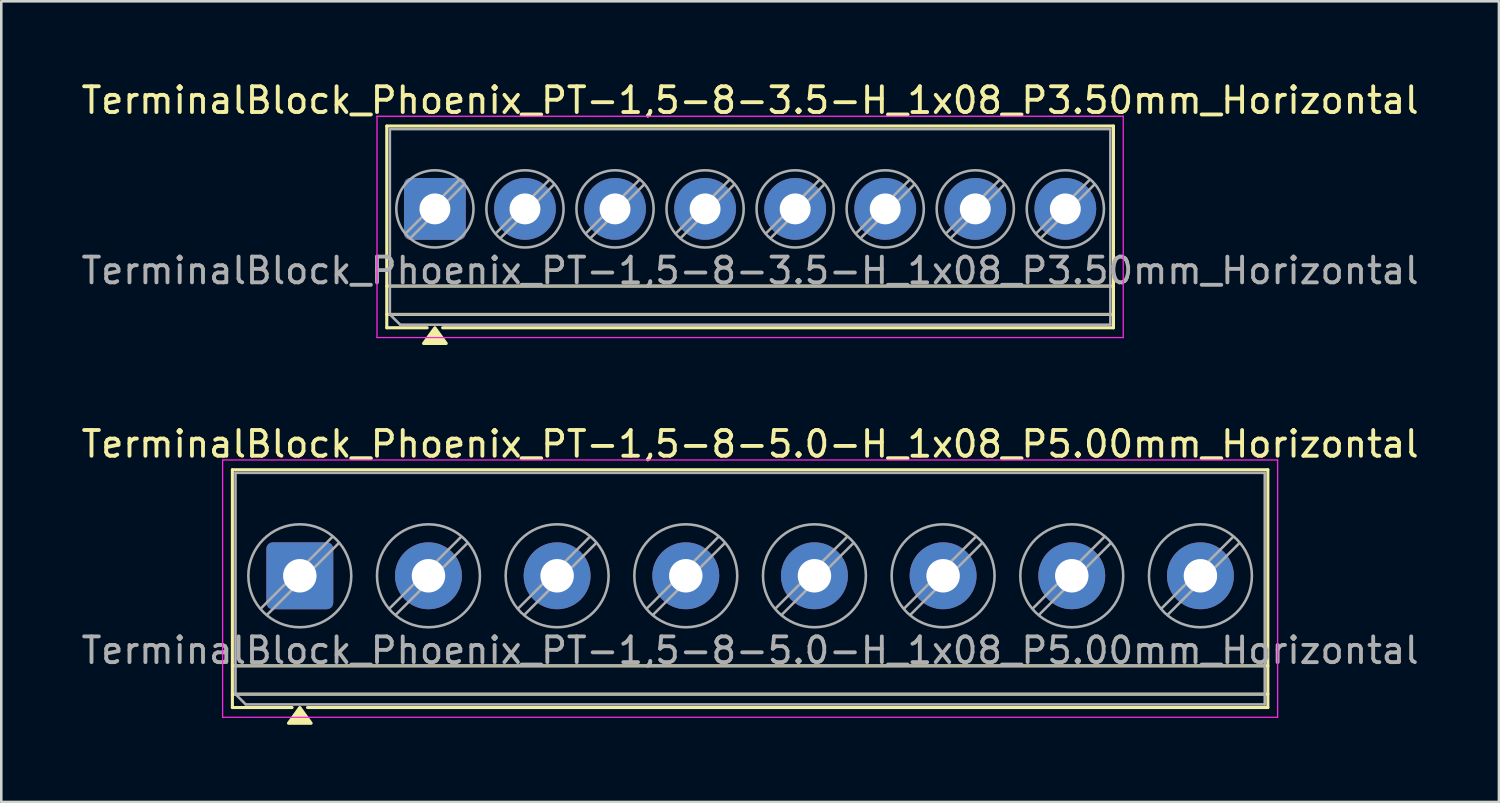
<source format=kicad_pcb>
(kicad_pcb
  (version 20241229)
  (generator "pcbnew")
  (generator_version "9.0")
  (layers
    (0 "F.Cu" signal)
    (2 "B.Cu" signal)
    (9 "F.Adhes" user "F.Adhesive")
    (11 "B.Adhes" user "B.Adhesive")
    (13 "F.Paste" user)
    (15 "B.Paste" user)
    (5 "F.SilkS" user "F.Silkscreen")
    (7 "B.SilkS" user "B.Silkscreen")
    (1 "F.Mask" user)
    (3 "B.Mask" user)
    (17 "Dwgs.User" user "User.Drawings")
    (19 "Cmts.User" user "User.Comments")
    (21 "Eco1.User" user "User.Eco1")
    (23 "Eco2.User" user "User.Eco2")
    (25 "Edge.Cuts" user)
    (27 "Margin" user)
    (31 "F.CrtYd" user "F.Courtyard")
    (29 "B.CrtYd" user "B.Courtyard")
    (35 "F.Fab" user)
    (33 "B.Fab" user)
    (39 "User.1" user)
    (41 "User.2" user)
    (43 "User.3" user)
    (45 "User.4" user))
  (footprint "TerminalBlock_Phoenix_PT-1,5-8-5.0-H_1x08_P5.00mm_Horizontal"
    (layer "F.Cu")
    (at 8.601 19.326)
    (property "Reference" "TerminalBlock_Phoenix_PT-1,5-8-5.0-H_1x08_P5.00mm_Horizontal" (at 17.5 -5.12 0) (layer "F.SilkS") (effects (font (size 1 1) (thickness 0.15))))
    (attr through_hole)
    (fp_line (start -2.62 -4.12) (end -2.62 5.12) (stroke (width 0.12) (type solid)) (layer "F.SilkS"))
    (fp_line (start -2.62 -4.12) (end 37.62 -4.12) (stroke (width 0.12) (type solid)) (layer "F.SilkS"))
    (fp_line (start -2.62 3.5) (end 37.62 3.5) (stroke (width 0.12) (type solid)) (layer "F.SilkS"))
    (fp_line (start -2.62 4.6) (end 37.62 4.6) (stroke (width 0.12) (type solid)) (layer "F.SilkS"))
    (fp_line (start -2.62 5.12) (end -0.3 5.12) (stroke (width 0.12) (type solid)) (layer "F.SilkS"))
    (fp_line (start 0.3 5.12) (end 37.62 5.12) (stroke (width 0.12) (type solid)) (layer "F.SilkS"))
    (fp_line (start 37.62 -4.12) (end 37.62 5.12) (stroke (width 0.12) (type solid)) (layer "F.SilkS"))
    (fp_poly (pts (xy 0 5.12) (xy 0.44 5.73) (xy -0.44 5.73)) (stroke (width 0.12) (type solid)) (fill yes) (layer "F.SilkS"))
    (fp_line (start -3 -4.5) (end -3 5.5) (stroke (width 0.05) (type solid)) (layer "F.CrtYd"))
    (fp_line (start -3 5.5) (end 38 5.5) (stroke (width 0.05) (type solid)) (layer "F.CrtYd"))
    (fp_line (start 38 -4.5) (end -3 -4.5) (stroke (width 0.05) (type solid)) (layer "F.CrtYd"))
    (fp_line (start 38 5.5) (end 38 -4.5) (stroke (width 0.05) (type solid)) (layer "F.CrtYd"))
    (fp_line (start -2.5 -4) (end 37.5 -4) (stroke (width 0.1) (type solid)) (layer "F.Fab"))
    (fp_line (start -2.5 3.5) (end 37.5 3.5) (stroke (width 0.1) (type solid)) (layer "F.Fab"))
    (fp_line (start -2.5 4.6) (end -2.5 -4) (stroke (width 0.1) (type solid)) (layer "F.Fab"))
    (fp_line (start -2.5 4.6) (end 37.5 4.6) (stroke (width 0.1) (type solid)) (layer "F.Fab"))
    (fp_line (start -2.1 5) (end -2.5 4.6) (stroke (width 0.1) (type solid)) (layer "F.Fab"))
    (fp_line (start 1.273 -1.517) (end -1.517 1.273) (stroke (width 0.1) (type solid)) (layer "F.Fab"))
    (fp_line (start 1.517 -1.273) (end -1.273 1.517) (stroke (width 0.1) (type solid)) (layer "F.Fab"))
    (fp_line (start 6.273 -1.517) (end 3.483 1.273) (stroke (width 0.1) (type solid)) (layer "F.Fab"))
    (fp_line (start 6.517 -1.273) (end 3.727 1.517) (stroke (width 0.1) (type solid)) (layer "F.Fab"))
    (fp_line (start 11.273 -1.517) (end 8.483 1.273) (stroke (width 0.1) (type solid)) (layer "F.Fab"))
    (fp_line (start 11.517 -1.273) (end 8.727 1.517) (stroke (width 0.1) (type solid)) (layer "F.Fab"))
    (fp_line (start 16.273 -1.517) (end 13.483 1.273) (stroke (width 0.1) (type solid)) (layer "F.Fab"))
    (fp_line (start 16.517 -1.273) (end 13.727 1.517) (stroke (width 0.1) (type solid)) (layer "F.Fab"))
    (fp_line (start 21.273 -1.517) (end 18.483 1.273) (stroke (width 0.1) (type solid)) (layer "F.Fab"))
    (fp_line (start 21.517 -1.273) (end 18.727 1.517) (stroke (width 0.1) (type solid)) (layer "F.Fab"))
    (fp_line (start 26.273 -1.517) (end 23.483 1.273) (stroke (width 0.1) (type solid)) (layer "F.Fab"))
    (fp_line (start 26.517 -1.273) (end 23.727 1.517) (stroke (width 0.1) (type solid)) (layer "F.Fab"))
    (fp_line (start 31.273 -1.517) (end 28.483 1.273) (stroke (width 0.1) (type solid)) (layer "F.Fab"))
    (fp_line (start 31.517 -1.273) (end 28.727 1.517) (stroke (width 0.1) (type solid)) (layer "F.Fab"))
    (fp_line (start 36.273 -1.517) (end 33.483 1.273) (stroke (width 0.1) (type solid)) (layer "F.Fab"))
    (fp_line (start 36.517 -1.273) (end 33.727 1.517) (stroke (width 0.1) (type solid)) (layer "F.Fab"))
    (fp_line (start 37.5 -4) (end 37.5 5) (stroke (width 0.1) (type solid)) (layer "F.Fab"))
    (fp_line (start 37.5 5) (end -2.1 5) (stroke (width 0.1) (type solid)) (layer "F.Fab"))
    (fp_circle (center 0 0) (end 2 0) (stroke (width 0.1) (type solid)) (fill no) (layer "F.Fab"))
    (fp_circle (center 5 0) (end 7 0) (stroke (width 0.1) (type solid)) (fill no) (layer "F.Fab"))
    (fp_circle (center 10 0) (end 12 0) (stroke (width 0.1) (type solid)) (fill no) (layer "F.Fab"))
    (fp_circle (center 15 0) (end 17 0) (stroke (width 0.1) (type solid)) (fill no) (layer "F.Fab"))
    (fp_circle (center 20 0) (end 22 0) (stroke (width 0.1) (type solid)) (fill no) (layer "F.Fab"))
    (fp_circle (center 25 0) (end 27 0) (stroke (width 0.1) (type solid)) (fill no) (layer "F.Fab"))
    (fp_circle (center 30 0) (end 32 0) (stroke (width 0.1) (type solid)) (fill no) (layer "F.Fab"))
    (fp_circle (center 35 0) (end 37 0) (stroke (width 0.1) (type solid)) (fill no) (layer "F.Fab"))
    (fp_text user "${REFERENCE}" (at 17.5 2.9 0) (layer "F.Fab") (effects (font (size 1 1) (thickness 0.15))))
    (pad "1" thru_hole roundrect (at 0 0) (size 2.6 2.6) (drill 1.3) (layers "*.Cu" "*.Mask") (roundrect_rratio 0.096))
    (pad "2" thru_hole circle (at 5 0) (size 2.6 2.6) (drill 1.3) (layers "*.Cu" "*.Mask"))
    (pad "3" thru_hole circle (at 10 0) (size 2.6 2.6) (drill 1.3) (layers "*.Cu" "*.Mask"))
    (pad "4" thru_hole circle (at 15 0) (size 2.6 2.6) (drill 1.3) (layers "*.Cu" "*.Mask"))
    (pad "5" thru_hole circle (at 20 0) (size 2.6 2.6) (drill 1.3) (layers "*.Cu" "*.Mask"))
    (pad "6" thru_hole circle (at 25 0) (size 2.6 2.6) (drill 1.3) (layers "*.Cu" "*.Mask"))
    (pad "7" thru_hole circle (at 30 0) (size 2.6 2.6) (drill 1.3) (layers "*.Cu" "*.Mask"))
    (pad "8" thru_hole circle (at 35 0) (size 2.6 2.6) (drill 1.3) (layers "*.Cu" "*.Mask")))
  (footprint "TerminalBlock_Phoenix_PT-1,5-8-3.5-H_1x08_P3.50mm_Horizontal"
    (layer "F.Cu")
    (at 13.851 5.068)
    (property "Reference" "TerminalBlock_Phoenix_PT-1,5-8-3.5-H_1x08_P3.50mm_Horizontal" (at 12.25 -4.22 0) (layer "F.SilkS") (effects (font (size 1 1) (thickness 0.15))))
    (attr through_hole)
    (fp_line (start -1.87 -3.22) (end -1.87 4.62) (stroke (width 0.12) (type solid)) (layer "F.SilkS"))
    (fp_line (start -1.87 -3.22) (end 26.37 -3.22) (stroke (width 0.12) (type solid)) (layer "F.SilkS"))
    (fp_line (start -1.87 3) (end 26.37 3) (stroke (width 0.12) (type solid)) (layer "F.SilkS"))
    (fp_line (start -1.87 4.1) (end 26.37 4.1) (stroke (width 0.12) (type solid)) (layer "F.SilkS"))
    (fp_line (start -1.87 4.62) (end -0.3 4.62) (stroke (width 0.12) (type solid)) (layer "F.SilkS"))
    (fp_line (start 0.3 4.62) (end 26.37 4.62) (stroke (width 0.12) (type solid)) (layer "F.SilkS"))
    (fp_line (start 26.37 -3.22) (end 26.37 4.62) (stroke (width 0.12) (type solid)) (layer "F.SilkS"))
    (fp_poly (pts (xy 0 4.62) (xy 0.44 5.23) (xy -0.44 5.23)) (stroke (width 0.12) (type solid)) (fill yes) (layer "F.SilkS"))
    (fp_line (start -2.25 -3.6) (end -2.25 5) (stroke (width 0.05) (type solid)) (layer "F.CrtYd"))
    (fp_line (start -2.25 5) (end 26.75 5) (stroke (width 0.05) (type solid)) (layer "F.CrtYd"))
    (fp_line (start 26.75 -3.6) (end -2.25 -3.6) (stroke (width 0.05) (type solid)) (layer "F.CrtYd"))
    (fp_line (start 26.75 5) (end 26.75 -3.6) (stroke (width 0.05) (type solid)) (layer "F.CrtYd"))
    (fp_line (start -1.75 -3.1) (end 26.25 -3.1) (stroke (width 0.1) (type solid)) (layer "F.Fab"))
    (fp_line (start -1.75 3) (end 26.25 3) (stroke (width 0.1) (type solid)) (layer "F.Fab"))
    (fp_line (start -1.75 4.1) (end -1.75 -3.1) (stroke (width 0.1) (type solid)) (layer "F.Fab"))
    (fp_line (start -1.75 4.1) (end 26.25 4.1) (stroke (width 0.1) (type solid)) (layer "F.Fab"))
    (fp_line (start -1.35 4.5) (end -1.75 4.1) (stroke (width 0.1) (type solid)) (layer "F.Fab"))
    (fp_line (start 0.955 -1.138) (end -1.138 0.955) (stroke (width 0.1) (type solid)) (layer "F.Fab"))
    (fp_line (start 1.138 -0.955) (end -0.955 1.138) (stroke (width 0.1) (type solid)) (layer "F.Fab"))
    (fp_line (start 4.455 -1.138) (end 2.362 0.955) (stroke (width 0.1) (type solid)) (layer "F.Fab"))
    (fp_line (start 4.638 -0.955) (end 2.545 1.138) (stroke (width 0.1) (type solid)) (layer "F.Fab"))
    (fp_line (start 7.955 -1.138) (end 5.862 0.955) (stroke (width 0.1) (type solid)) (layer "F.Fab"))
    (fp_line (start 8.138 -0.955) (end 6.045 1.138) (stroke (width 0.1) (type solid)) (layer "F.Fab"))
    (fp_line (start 11.455 -1.138) (end 9.362 0.955) (stroke (width 0.1) (type solid)) (layer "F.Fab"))
    (fp_line (start 11.638 -0.955) (end 9.545 1.138) (stroke (width 0.1) (type solid)) (layer "F.Fab"))
    (fp_line (start 14.955 -1.138) (end 12.862 0.955) (stroke (width 0.1) (type solid)) (layer "F.Fab"))
    (fp_line (start 15.138 -0.955) (end 13.045 1.138) (stroke (width 0.1) (type solid)) (layer "F.Fab"))
    (fp_line (start 18.455 -1.138) (end 16.362 0.955) (stroke (width 0.1) (type solid)) (layer "F.Fab"))
    (fp_line (start 18.638 -0.955) (end 16.545 1.138) (stroke (width 0.1) (type solid)) (layer "F.Fab"))
    (fp_line (start 21.955 -1.138) (end 19.862 0.955) (stroke (width 0.1) (type solid)) (layer "F.Fab"))
    (fp_line (start 22.138 -0.955) (end 20.045 1.138) (stroke (width 0.1) (type solid)) (layer "F.Fab"))
    (fp_line (start 25.455 -1.138) (end 23.362 0.955) (stroke (width 0.1) (type solid)) (layer "F.Fab"))
    (fp_line (start 25.638 -0.955) (end 23.545 1.138) (stroke (width 0.1) (type solid)) (layer "F.Fab"))
    (fp_line (start 26.25 -3.1) (end 26.25 4.5) (stroke (width 0.1) (type solid)) (layer "F.Fab"))
    (fp_line (start 26.25 4.5) (end -1.35 4.5) (stroke (width 0.1) (type solid)) (layer "F.Fab"))
    (fp_circle (center 0 0) (end 1.5 0) (stroke (width 0.1) (type solid)) (fill no) (layer "F.Fab"))
    (fp_circle (center 3.5 0) (end 5 0) (stroke (width 0.1) (type solid)) (fill no) (layer "F.Fab"))
    (fp_circle (center 7 0) (end 8.5 0) (stroke (width 0.1) (type solid)) (fill no) (layer "F.Fab"))
    (fp_circle (center 10.5 0) (end 12 0) (stroke (width 0.1) (type solid)) (fill no) (layer "F.Fab"))
    (fp_circle (center 14 0) (end 15.5 0) (stroke (width 0.1) (type solid)) (fill no) (layer "F.Fab"))
    (fp_circle (center 17.5 0) (end 19 0) (stroke (width 0.1) (type solid)) (fill no) (layer "F.Fab"))
    (fp_circle (center 21 0) (end 22.5 0) (stroke (width 0.1) (type solid)) (fill no) (layer "F.Fab"))
    (fp_circle (center 24.5 0) (end 26 0) (stroke (width 0.1) (type solid)) (fill no) (layer "F.Fab"))
    (fp_text user "${REFERENCE}" (at 12.25 2.4 0) (layer "F.Fab") (effects (font (size 1 1) (thickness 0.15))))
    (pad "1" thru_hole roundrect (at 0 0) (size 2.4 2.4) (drill 1.2) (layers "*.Cu" "*.Mask") (roundrect_rratio 0.104))
    (pad "2" thru_hole circle (at 3.5 0) (size 2.4 2.4) (drill 1.2) (layers "*.Cu" "*.Mask"))
    (pad "3" thru_hole circle (at 7 0) (size 2.4 2.4) (drill 1.2) (layers "*.Cu" "*.Mask"))
    (pad "4" thru_hole circle (at 10.5 0) (size 2.4 2.4) (drill 1.2) (layers "*.Cu" "*.Mask"))
    (pad "5" thru_hole circle (at 14 0) (size 2.4 2.4) (drill 1.2) (layers "*.Cu" "*.Mask"))
    (pad "6" thru_hole circle (at 17.5 0) (size 2.4 2.4) (drill 1.2) (layers "*.Cu" "*.Mask"))
    (pad "7" thru_hole circle (at 21 0) (size 2.4 2.4) (drill 1.2) (layers "*.Cu" "*.Mask"))
    (pad "8" thru_hole circle (at 24.5 0) (size 2.4 2.4) (drill 1.2) (layers "*.Cu" "*.Mask")))
  (gr_rect
    (start -3 -3)
    (end 55.202 28.116)
    (stroke (width 0.1) (type default))
    (fill no)
    (layer "Edge.Cuts")))
</source>
